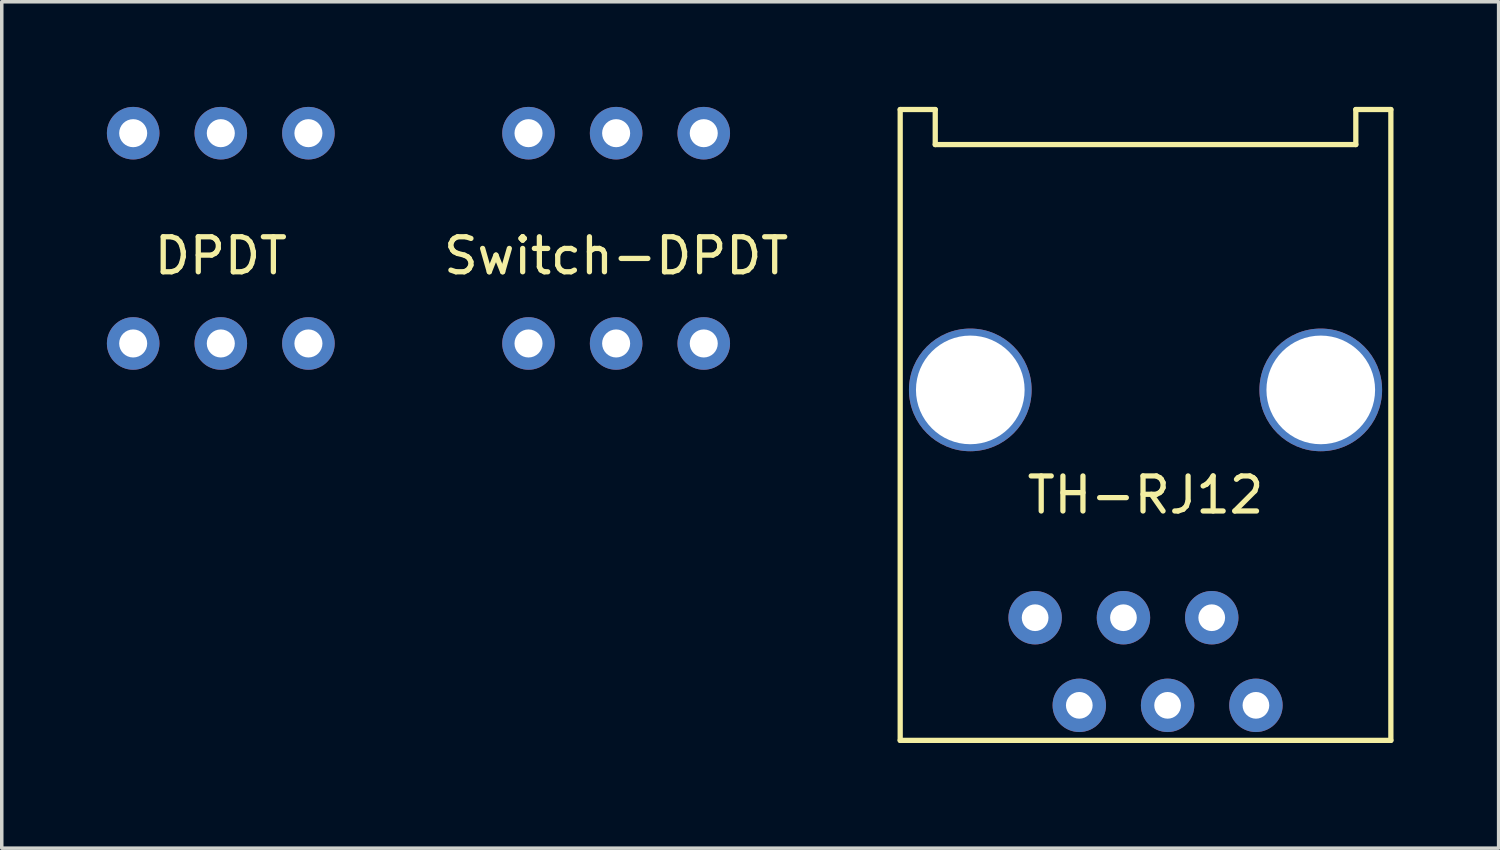
<source format=kicad_pcb>
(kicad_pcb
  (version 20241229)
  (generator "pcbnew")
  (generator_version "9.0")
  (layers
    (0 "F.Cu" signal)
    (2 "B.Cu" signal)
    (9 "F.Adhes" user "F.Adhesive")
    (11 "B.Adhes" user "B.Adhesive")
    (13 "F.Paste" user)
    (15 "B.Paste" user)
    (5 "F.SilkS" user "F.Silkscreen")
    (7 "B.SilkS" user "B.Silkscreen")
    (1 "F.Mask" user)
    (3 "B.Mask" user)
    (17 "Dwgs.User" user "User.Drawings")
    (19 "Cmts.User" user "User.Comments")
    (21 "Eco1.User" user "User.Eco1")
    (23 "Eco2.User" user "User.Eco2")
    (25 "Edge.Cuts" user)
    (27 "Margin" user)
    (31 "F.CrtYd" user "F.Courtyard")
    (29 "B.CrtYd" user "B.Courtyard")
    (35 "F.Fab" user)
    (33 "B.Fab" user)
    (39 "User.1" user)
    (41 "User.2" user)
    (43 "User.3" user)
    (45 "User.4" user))
  (footprint "DPDT"
    (layer "F.Cu")
    (at 3.25 3.75)
    (property "Reference" "DPDT" (at 0 0.5 0) (layer "F.SilkS") (effects (font (size 1 1) (thickness 0.15))))
    (attr through_hole)
    (pad "1" thru_hole circle (at -2.5 -3) (size 1.5 1.5) (drill 0.8) (layers "*.Cu" "*.Mask"))
    (pad "2" thru_hole circle (at 0 -3) (size 1.5 1.5) (drill 0.8) (layers "*.Cu" "*.Mask"))
    (pad "3" thru_hole circle (at 2.5 -3) (size 1.5 1.5) (drill 0.8) (layers "*.Cu" "*.Mask"))
    (pad "4" thru_hole circle (at 2.5 3) (size 1.5 1.5) (drill 0.8) (layers "*.Cu" "*.Mask"))
    (pad "5" thru_hole circle (at 0 3) (size 1.5 1.5) (drill 0.8) (layers "*.Cu" "*.Mask"))
    (pad "6" thru_hole circle (at -2.5 3) (size 1.5 1.5) (drill 0.8) (layers "*.Cu" "*.Mask")))
  (footprint "Switch-DPDT"
    (layer "F.Cu")
    (at 14.53 3.75)
    (property "Reference" "Switch-DPDT" (at 0 0.5 0) (layer "F.SilkS") (effects (font (size 1 1) (thickness 0.15))))
    (attr through_hole)
    (pad "1" thru_hole circle (at -2.5 -3) (size 1.5 1.5) (drill 0.8) (layers "*.Cu" "*.Mask"))
    (pad "2" thru_hole circle (at 0 -3) (size 1.5 1.5) (drill 0.8) (layers "*.Cu" "*.Mask"))
    (pad "3" thru_hole circle (at 2.5 -3) (size 1.5 1.5) (drill 0.8) (layers "*.Cu" "*.Mask"))
    (pad "4" thru_hole circle (at 2.5 3) (size 1.5 1.5) (drill 0.8) (layers "*.Cu" "*.Mask"))
    (pad "5" thru_hole circle (at 0 3) (size 1.5 1.5) (drill 0.8) (layers "*.Cu" "*.Mask"))
    (pad "6" thru_hole circle (at -2.5 3) (size 1.5 1.5) (drill 0.8) (layers "*.Cu" "*.Mask")))
  (footprint "TH-RJ12"
    (layer "F.Cu")
    (at 29.635 8.075)
    (property "Reference" "TH-RJ12" (at 0 3 0) (layer "F.SilkS") (effects (font (size 1 1) (thickness 0.15))))
    (attr through_hole)
    (fp_line (start -7 -8) (end -7 10) (stroke (width 0.15) (type solid)) (layer "F.SilkS"))
    (fp_line (start -7 10) (end 7 10) (stroke (width 0.15) (type solid)) (layer "F.SilkS"))
    (fp_line (start -6 -8) (end -7 -8) (stroke (width 0.15) (type solid)) (layer "F.SilkS"))
    (fp_line (start -6 -7) (end -6 -8) (stroke (width 0.15) (type solid)) (layer "F.SilkS"))
    (fp_line (start 6 -8) (end 6 -7) (stroke (width 0.15) (type solid)) (layer "F.SilkS"))
    (fp_line (start 6 -7) (end -6 -7) (stroke (width 0.15) (type solid)) (layer "F.SilkS"))
    (fp_line (start 7 -8) (end 6 -8) (stroke (width 0.15) (type solid)) (layer "F.SilkS"))
    (fp_line (start 7 10) (end 7 -8) (stroke (width 0.15) (type solid)) (layer "F.SilkS"))
    (pad "" np_thru_hole circle (at -5 0) (size 3.5 3.5) (drill 3.1) (layers "*.Cu" "*.Mask"))
    (pad "" np_thru_hole circle (at 5 0) (size 3.5 3.5) (drill 3.1) (layers "*.Cu" "*.Mask"))
    (pad "1" thru_hole circle (at -3.15 6.5) (size 1.524 1.524) (drill 0.762) (layers "*.Cu" "*.Mask"))
    (pad "2" thru_hole circle (at -1.89 9) (size 1.524 1.524) (drill 0.762) (layers "*.Cu" "*.Mask"))
    (pad "3" thru_hole circle (at -0.63 6.5) (size 1.524 1.524) (drill 0.762) (layers "*.Cu" "*.Mask"))
    (pad "4" thru_hole circle (at 0.63 9) (size 1.524 1.524) (drill 0.762) (layers "*.Cu" "*.Mask"))
    (pad "5" thru_hole circle (at 1.889 6.5) (size 1.524 1.524) (drill 0.762) (layers "*.Cu" "*.Mask"))
    (pad "6" thru_hole circle (at 3.15 9) (size 1.524 1.524) (drill 0.762) (layers "*.Cu" "*.Mask")))
  (gr_rect
    (start -3 -3)
    (end 39.71 21.15)
    (stroke (width 0.1) (type default))
    (fill no)
    (layer "Edge.Cuts")))
</source>
